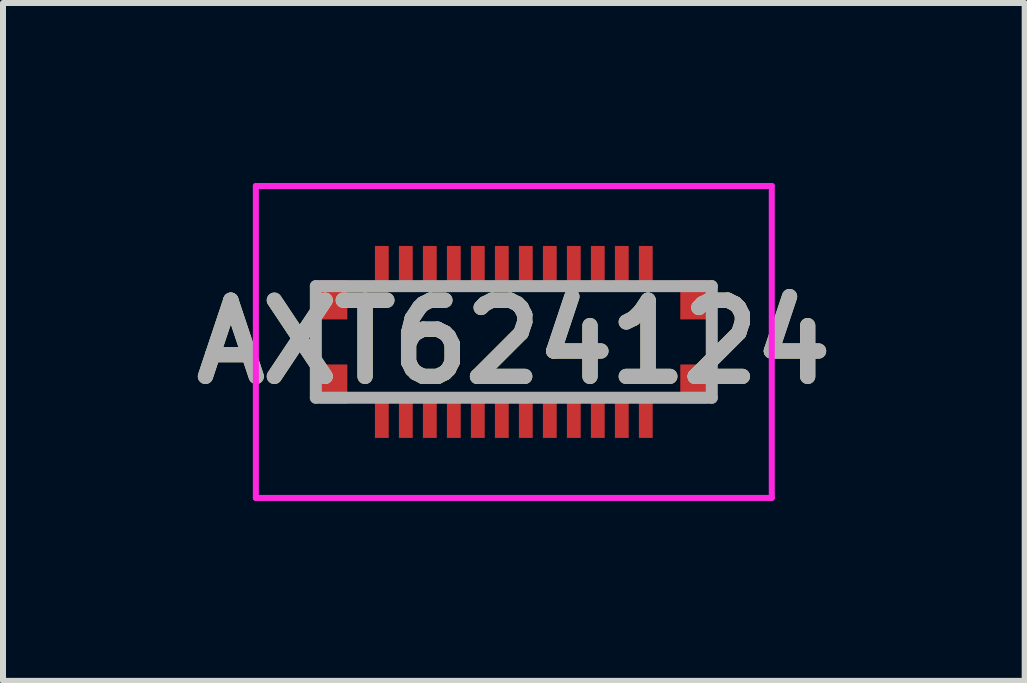
<source format=kicad_pcb>
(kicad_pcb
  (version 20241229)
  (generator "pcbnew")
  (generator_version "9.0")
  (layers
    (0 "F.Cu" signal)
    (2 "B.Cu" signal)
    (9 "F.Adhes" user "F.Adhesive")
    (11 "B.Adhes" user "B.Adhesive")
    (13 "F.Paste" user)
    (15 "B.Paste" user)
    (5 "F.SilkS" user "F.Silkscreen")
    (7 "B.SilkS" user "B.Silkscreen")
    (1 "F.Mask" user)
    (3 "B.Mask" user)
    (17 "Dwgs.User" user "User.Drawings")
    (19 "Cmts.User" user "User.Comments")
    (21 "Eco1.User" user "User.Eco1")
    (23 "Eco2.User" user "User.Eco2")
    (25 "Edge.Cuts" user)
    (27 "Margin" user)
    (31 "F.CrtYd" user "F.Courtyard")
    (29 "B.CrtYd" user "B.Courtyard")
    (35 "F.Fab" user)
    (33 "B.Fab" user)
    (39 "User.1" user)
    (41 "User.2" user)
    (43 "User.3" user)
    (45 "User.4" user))
  (footprint "AXT624124"
    (layer "F.Cu")
    (at 5.515 2.65)
    (property "Reference" "AXT624124" (at 0 0 0) (layer "F.SilkS") (effects (font (size 1.27 1.27) (thickness 0.254))))
    (attr smd)
    (fp_line (start -3.3 -0.3) (end -3.3 0.3) (stroke (width 0.1) (type solid)) (layer "F.SilkS"))
    (fp_line (start 3.3 -0.3) (end 3.3 0.3) (stroke (width 0.1) (type solid)) (layer "F.SilkS"))
    (fp_line (start -4.3 -2.6) (end 4.3 -2.6) (stroke (width 0.1) (type solid)) (layer "F.CrtYd"))
    (fp_line (start -4.3 2.6) (end -4.3 -2.6) (stroke (width 0.1) (type solid)) (layer "F.CrtYd"))
    (fp_line (start 4.3 -2.6) (end 4.3 2.6) (stroke (width 0.1) (type solid)) (layer "F.CrtYd"))
    (fp_line (start 4.3 2.6) (end -4.3 2.6) (stroke (width 0.1) (type solid)) (layer "F.CrtYd"))
    (fp_line (start -3.3 -0.93) (end 3.3 -0.93) (stroke (width 0.2) (type solid)) (layer "F.Fab"))
    (fp_line (start -3.3 0.93) (end -3.3 -0.93) (stroke (width 0.2) (type solid)) (layer "F.Fab"))
    (fp_line (start 3.3 -0.93) (end 3.3 0.93) (stroke (width 0.2) (type solid)) (layer "F.Fab"))
    (fp_line (start 3.3 0.93) (end -3.3 0.93) (stroke (width 0.2) (type solid)) (layer "F.Fab"))
    (fp_text user "${REFERENCE}" (at 0 0 0) (layer "F.Fab") (effects (font (size 1.27 1.27) (thickness 0.254))))
    (pad "1" smd rect (at -2.2 1.225) (size 0.23 0.75) (layers "F.Cu" "F.Mask" "F.Paste"))
    (pad "2" smd rect (at -2.2 -1.225) (size 0.23 0.75) (layers "F.Cu" "F.Mask" "F.Paste"))
    (pad "3" smd rect (at -1.8 1.225) (size 0.23 0.75) (layers "F.Cu" "F.Mask" "F.Paste"))
    (pad "4" smd rect (at -1.8 -1.225) (size 0.23 0.75) (layers "F.Cu" "F.Mask" "F.Paste"))
    (pad "5" smd rect (at -1.4 1.225) (size 0.23 0.75) (layers "F.Cu" "F.Mask" "F.Paste"))
    (pad "6" smd rect (at -1.4 -1.225) (size 0.23 0.75) (layers "F.Cu" "F.Mask" "F.Paste"))
    (pad "7" smd rect (at -1 1.225) (size 0.23 0.75) (layers "F.Cu" "F.Mask" "F.Paste"))
    (pad "8" smd rect (at -1 -1.225) (size 0.23 0.75) (layers "F.Cu" "F.Mask" "F.Paste"))
    (pad "9" smd rect (at -0.6 1.225) (size 0.23 0.75) (layers "F.Cu" "F.Mask" "F.Paste"))
    (pad "10" smd rect (at -0.6 -1.225) (size 0.23 0.75) (layers "F.Cu" "F.Mask" "F.Paste"))
    (pad "11" smd rect (at -0.2 1.225) (size 0.23 0.75) (layers "F.Cu" "F.Mask" "F.Paste"))
    (pad "12" smd rect (at -0.2 -1.225) (size 0.23 0.75) (layers "F.Cu" "F.Mask" "F.Paste"))
    (pad "13" smd rect (at 0.2 1.225) (size 0.23 0.75) (layers "F.Cu" "F.Mask" "F.Paste"))
    (pad "14" smd rect (at 0.2 -1.225) (size 0.23 0.75) (layers "F.Cu" "F.Mask" "F.Paste"))
    (pad "15" smd rect (at 0.6 1.225) (size 0.23 0.75) (layers "F.Cu" "F.Mask" "F.Paste"))
    (pad "16" smd rect (at 0.6 -1.225) (size 0.23 0.75) (layers "F.Cu" "F.Mask" "F.Paste"))
    (pad "17" smd rect (at 1 1.225) (size 0.23 0.75) (layers "F.Cu" "F.Mask" "F.Paste"))
    (pad "18" smd rect (at 1 -1.225) (size 0.23 0.75) (layers "F.Cu" "F.Mask" "F.Paste"))
    (pad "19" smd rect (at 1.4 1.225) (size 0.23 0.75) (layers "F.Cu" "F.Mask" "F.Paste"))
    (pad "20" smd rect (at 1.4 -1.225) (size 0.23 0.75) (layers "F.Cu" "F.Mask" "F.Paste"))
    (pad "21" smd rect (at 1.8 1.225) (size 0.23 0.75) (layers "F.Cu" "F.Mask" "F.Paste"))
    (pad "22" smd rect (at 1.8 -1.225) (size 0.23 0.75) (layers "F.Cu" "F.Mask" "F.Paste"))
    (pad "23" smd rect (at 2.2 1.225) (size 0.23 0.75) (layers "F.Cu" "F.Mask" "F.Paste"))
    (pad "24" smd rect (at 2.2 -1.225) (size 0.23 0.75) (layers "F.Cu" "F.Mask" "F.Paste"))
    (pad "25" smd rect (at -3 -0.703) (size 0.45 0.655) (layers "F.Cu" "F.Mask" "F.Paste"))
    (pad "26" smd rect (at -3 0.703) (size 0.45 0.655) (layers "F.Cu" "F.Mask" "F.Paste"))
    (pad "27" smd rect (at 3 0.703) (size 0.45 0.655) (layers "F.Cu" "F.Mask" "F.Paste"))
    (pad "28" smd rect (at 3 -0.703) (size 0.45 0.655) (layers "F.Cu" "F.Mask" "F.Paste")))
  (gr_rect
    (start -3 -3)
    (end 14.031 8.3)
    (stroke (width 0.1) (type default))
    (fill no)
    (layer "Edge.Cuts")))
</source>
